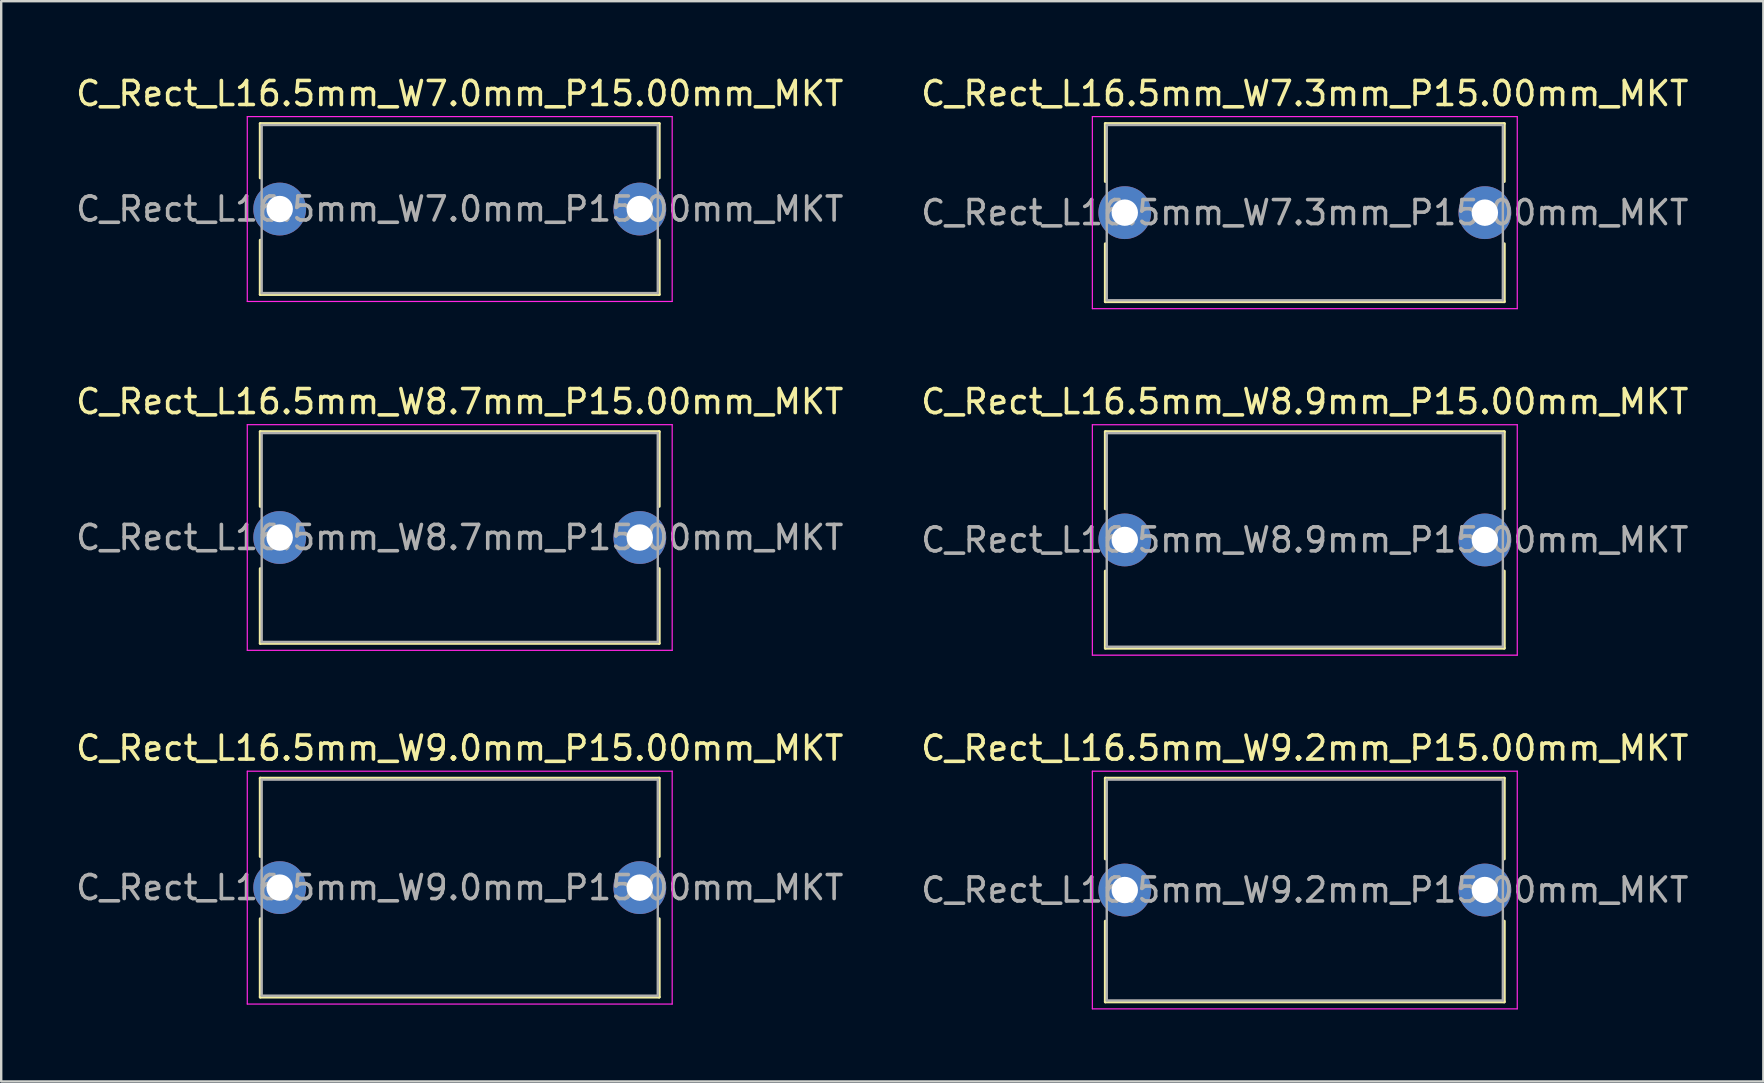
<source format=kicad_pcb>
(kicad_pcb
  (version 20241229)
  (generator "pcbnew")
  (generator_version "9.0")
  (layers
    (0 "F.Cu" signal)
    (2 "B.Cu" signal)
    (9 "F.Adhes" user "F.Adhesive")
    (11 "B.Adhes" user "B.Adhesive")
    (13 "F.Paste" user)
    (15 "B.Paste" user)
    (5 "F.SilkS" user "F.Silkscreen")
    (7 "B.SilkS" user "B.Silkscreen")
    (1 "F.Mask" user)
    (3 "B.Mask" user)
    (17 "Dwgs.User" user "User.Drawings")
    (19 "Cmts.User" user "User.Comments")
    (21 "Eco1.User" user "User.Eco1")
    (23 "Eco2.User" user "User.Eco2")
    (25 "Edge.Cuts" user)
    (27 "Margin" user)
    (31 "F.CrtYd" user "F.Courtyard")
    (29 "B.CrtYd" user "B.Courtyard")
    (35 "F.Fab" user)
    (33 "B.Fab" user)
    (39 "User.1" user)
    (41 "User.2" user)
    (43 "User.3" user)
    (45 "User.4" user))
  (footprint "C_Rect_L16.5mm_W7.0mm_P15.00mm_MKT"
    (layer "F.Cu")
    (at 8.601 5.658)
    (property "Reference" "C_Rect_L16.5mm_W7.0mm_P15.00mm_MKT" (at 7.5 -4.81 0) (layer "F.SilkS") (effects (font (size 1 1) (thickness 0.15))))
    (attr through_hole)
    (fp_line (start -0.81 -3.56) (end -0.81 -1.296) (stroke (width 0.12) (type solid)) (layer "F.SilkS"))
    (fp_line (start -0.81 -3.56) (end 15.81 -3.56) (stroke (width 0.12) (type solid)) (layer "F.SilkS"))
    (fp_line (start -0.81 1.296) (end -0.81 3.56) (stroke (width 0.12) (type solid)) (layer "F.SilkS"))
    (fp_line (start -0.81 3.56) (end 15.81 3.56) (stroke (width 0.12) (type solid)) (layer "F.SilkS"))
    (fp_line (start 15.81 -3.56) (end 15.81 -1.296) (stroke (width 0.12) (type solid)) (layer "F.SilkS"))
    (fp_line (start 15.81 1.296) (end 15.81 3.56) (stroke (width 0.12) (type solid)) (layer "F.SilkS"))
    (fp_line (start -1.35 -3.85) (end -1.35 3.85) (stroke (width 0.05) (type solid)) (layer "F.CrtYd"))
    (fp_line (start -1.35 3.85) (end 16.35 3.85) (stroke (width 0.05) (type solid)) (layer "F.CrtYd"))
    (fp_line (start 16.35 -3.85) (end -1.35 -3.85) (stroke (width 0.05) (type solid)) (layer "F.CrtYd"))
    (fp_line (start 16.35 3.85) (end 16.35 -3.85) (stroke (width 0.05) (type solid)) (layer "F.CrtYd"))
    (fp_line (start -0.75 -3.5) (end -0.75 3.5) (stroke (width 0.1) (type solid)) (layer "F.Fab"))
    (fp_line (start -0.75 3.5) (end 15.75 3.5) (stroke (width 0.1) (type solid)) (layer "F.Fab"))
    (fp_line (start 15.75 -3.5) (end -0.75 -3.5) (stroke (width 0.1) (type solid)) (layer "F.Fab"))
    (fp_line (start 15.75 3.5) (end 15.75 -3.5) (stroke (width 0.1) (type solid)) (layer "F.Fab"))
    (fp_text user "${REFERENCE}" (at 7.5 0 0) (layer "F.Fab") (effects (font (size 1 1) (thickness 0.15))))
    (pad "1" thru_hole circle (at 0 0) (size 2.2 2.2) (drill 1.1) (layers "*.Cu" "*.Mask"))
    (pad "2" thru_hole circle (at 15 0) (size 2.2 2.2) (drill 1.1) (layers "*.Cu" "*.Mask")))
  (footprint "C_Rect_L16.5mm_W9.2mm_P15.00mm_MKT"
    (layer "F.Cu")
    (at 43.804 34.025)
    (property "Reference" "C_Rect_L16.5mm_W9.2mm_P15.00mm_MKT" (at 7.5 -5.91 0) (layer "F.SilkS") (effects (font (size 1 1) (thickness 0.15))))
    (attr through_hole)
    (fp_line (start -0.81 -4.66) (end -0.81 -1.296) (stroke (width 0.12) (type solid)) (layer "F.SilkS"))
    (fp_line (start -0.81 -4.66) (end 15.81 -4.66) (stroke (width 0.12) (type solid)) (layer "F.SilkS"))
    (fp_line (start -0.81 1.296) (end -0.81 4.66) (stroke (width 0.12) (type solid)) (layer "F.SilkS"))
    (fp_line (start -0.81 4.66) (end 15.81 4.66) (stroke (width 0.12) (type solid)) (layer "F.SilkS"))
    (fp_line (start 15.81 -4.66) (end 15.81 -1.296) (stroke (width 0.12) (type solid)) (layer "F.SilkS"))
    (fp_line (start 15.81 1.296) (end 15.81 4.66) (stroke (width 0.12) (type solid)) (layer "F.SilkS"))
    (fp_line (start -1.35 -4.95) (end -1.35 4.95) (stroke (width 0.05) (type solid)) (layer "F.CrtYd"))
    (fp_line (start -1.35 4.95) (end 16.35 4.95) (stroke (width 0.05) (type solid)) (layer "F.CrtYd"))
    (fp_line (start 16.35 -4.95) (end -1.35 -4.95) (stroke (width 0.05) (type solid)) (layer "F.CrtYd"))
    (fp_line (start 16.35 4.95) (end 16.35 -4.95) (stroke (width 0.05) (type solid)) (layer "F.CrtYd"))
    (fp_line (start -0.75 -4.6) (end -0.75 4.6) (stroke (width 0.1) (type solid)) (layer "F.Fab"))
    (fp_line (start -0.75 4.6) (end 15.75 4.6) (stroke (width 0.1) (type solid)) (layer "F.Fab"))
    (fp_line (start 15.75 -4.6) (end -0.75 -4.6) (stroke (width 0.1) (type solid)) (layer "F.Fab"))
    (fp_line (start 15.75 4.6) (end 15.75 -4.6) (stroke (width 0.1) (type solid)) (layer "F.Fab"))
    (fp_text user "${REFERENCE}" (at 7.5 0 0) (layer "F.Fab") (effects (font (size 1 1) (thickness 0.15))))
    (pad "1" thru_hole circle (at 0 0) (size 2.2 2.2) (drill 1.1) (layers "*.Cu" "*.Mask"))
    (pad "2" thru_hole circle (at 15 0) (size 2.2 2.2) (drill 1.1) (layers "*.Cu" "*.Mask")))
  (footprint "C_Rect_L16.5mm_W9.0mm_P15.00mm_MKT"
    (layer "F.Cu")
    (at 8.601 33.925)
    (property "Reference" "C_Rect_L16.5mm_W9.0mm_P15.00mm_MKT" (at 7.5 -5.81 0) (layer "F.SilkS") (effects (font (size 1 1) (thickness 0.15))))
    (attr through_hole)
    (fp_line (start -0.81 -4.56) (end -0.81 -1.296) (stroke (width 0.12) (type solid)) (layer "F.SilkS"))
    (fp_line (start -0.81 -4.56) (end 15.81 -4.56) (stroke (width 0.12) (type solid)) (layer "F.SilkS"))
    (fp_line (start -0.81 1.296) (end -0.81 4.56) (stroke (width 0.12) (type solid)) (layer "F.SilkS"))
    (fp_line (start -0.81 4.56) (end 15.81 4.56) (stroke (width 0.12) (type solid)) (layer "F.SilkS"))
    (fp_line (start 15.81 -4.56) (end 15.81 -1.296) (stroke (width 0.12) (type solid)) (layer "F.SilkS"))
    (fp_line (start 15.81 1.296) (end 15.81 4.56) (stroke (width 0.12) (type solid)) (layer "F.SilkS"))
    (fp_line (start -1.35 -4.85) (end -1.35 4.85) (stroke (width 0.05) (type solid)) (layer "F.CrtYd"))
    (fp_line (start -1.35 4.85) (end 16.35 4.85) (stroke (width 0.05) (type solid)) (layer "F.CrtYd"))
    (fp_line (start 16.35 -4.85) (end -1.35 -4.85) (stroke (width 0.05) (type solid)) (layer "F.CrtYd"))
    (fp_line (start 16.35 4.85) (end 16.35 -4.85) (stroke (width 0.05) (type solid)) (layer "F.CrtYd"))
    (fp_line (start -0.75 -4.5) (end -0.75 4.5) (stroke (width 0.1) (type solid)) (layer "F.Fab"))
    (fp_line (start -0.75 4.5) (end 15.75 4.5) (stroke (width 0.1) (type solid)) (layer "F.Fab"))
    (fp_line (start 15.75 -4.5) (end -0.75 -4.5) (stroke (width 0.1) (type solid)) (layer "F.Fab"))
    (fp_line (start 15.75 4.5) (end 15.75 -4.5) (stroke (width 0.1) (type solid)) (layer "F.Fab"))
    (fp_text user "${REFERENCE}" (at 7.5 0 0) (layer "F.Fab") (effects (font (size 1 1) (thickness 0.15))))
    (pad "1" thru_hole circle (at 0 0) (size 2.2 2.2) (drill 1.1) (layers "*.Cu" "*.Mask"))
    (pad "2" thru_hole circle (at 15 0) (size 2.2 2.2) (drill 1.1) (layers "*.Cu" "*.Mask")))
  (footprint "C_Rect_L16.5mm_W8.9mm_P15.00mm_MKT"
    (layer "F.Cu")
    (at 43.804 19.442)
    (property "Reference" "C_Rect_L16.5mm_W8.9mm_P15.00mm_MKT" (at 7.5 -5.76 0) (layer "F.SilkS") (effects (font (size 1 1) (thickness 0.15))))
    (attr through_hole)
    (fp_line (start -0.81 -4.51) (end -0.81 -1.296) (stroke (width 0.12) (type solid)) (layer "F.SilkS"))
    (fp_line (start -0.81 -4.51) (end 15.81 -4.51) (stroke (width 0.12) (type solid)) (layer "F.SilkS"))
    (fp_line (start -0.81 1.296) (end -0.81 4.51) (stroke (width 0.12) (type solid)) (layer "F.SilkS"))
    (fp_line (start -0.81 4.51) (end 15.81 4.51) (stroke (width 0.12) (type solid)) (layer "F.SilkS"))
    (fp_line (start 15.81 -4.51) (end 15.81 -1.296) (stroke (width 0.12) (type solid)) (layer "F.SilkS"))
    (fp_line (start 15.81 1.296) (end 15.81 4.51) (stroke (width 0.12) (type solid)) (layer "F.SilkS"))
    (fp_line (start -1.35 -4.8) (end -1.35 4.8) (stroke (width 0.05) (type solid)) (layer "F.CrtYd"))
    (fp_line (start -1.35 4.8) (end 16.35 4.8) (stroke (width 0.05) (type solid)) (layer "F.CrtYd"))
    (fp_line (start 16.35 -4.8) (end -1.35 -4.8) (stroke (width 0.05) (type solid)) (layer "F.CrtYd"))
    (fp_line (start 16.35 4.8) (end 16.35 -4.8) (stroke (width 0.05) (type solid)) (layer "F.CrtYd"))
    (fp_line (start -0.75 -4.45) (end -0.75 4.45) (stroke (width 0.1) (type solid)) (layer "F.Fab"))
    (fp_line (start -0.75 4.45) (end 15.75 4.45) (stroke (width 0.1) (type solid)) (layer "F.Fab"))
    (fp_line (start 15.75 -4.45) (end -0.75 -4.45) (stroke (width 0.1) (type solid)) (layer "F.Fab"))
    (fp_line (start 15.75 4.45) (end 15.75 -4.45) (stroke (width 0.1) (type solid)) (layer "F.Fab"))
    (fp_text user "${REFERENCE}" (at 7.5 0 0) (layer "F.Fab") (effects (font (size 1 1) (thickness 0.15))))
    (pad "1" thru_hole circle (at 0 0) (size 2.2 2.2) (drill 1.1) (layers "*.Cu" "*.Mask"))
    (pad "2" thru_hole circle (at 15 0) (size 2.2 2.2) (drill 1.1) (layers "*.Cu" "*.Mask")))
  (footprint "C_Rect_L16.5mm_W7.3mm_P15.00mm_MKT"
    (layer "F.Cu")
    (at 43.804 5.808)
    (property "Reference" "C_Rect_L16.5mm_W7.3mm_P15.00mm_MKT" (at 7.5 -4.96 0) (layer "F.SilkS") (effects (font (size 1 1) (thickness 0.15))))
    (attr through_hole)
    (fp_line (start -0.81 -3.71) (end -0.81 -1.296) (stroke (width 0.12) (type solid)) (layer "F.SilkS"))
    (fp_line (start -0.81 -3.71) (end 15.81 -3.71) (stroke (width 0.12) (type solid)) (layer "F.SilkS"))
    (fp_line (start -0.81 1.296) (end -0.81 3.71) (stroke (width 0.12) (type solid)) (layer "F.SilkS"))
    (fp_line (start -0.81 3.71) (end 15.81 3.71) (stroke (width 0.12) (type solid)) (layer "F.SilkS"))
    (fp_line (start 15.81 -3.71) (end 15.81 -1.296) (stroke (width 0.12) (type solid)) (layer "F.SilkS"))
    (fp_line (start 15.81 1.296) (end 15.81 3.71) (stroke (width 0.12) (type solid)) (layer "F.SilkS"))
    (fp_line (start -1.35 -4) (end -1.35 4) (stroke (width 0.05) (type solid)) (layer "F.CrtYd"))
    (fp_line (start -1.35 4) (end 16.35 4) (stroke (width 0.05) (type solid)) (layer "F.CrtYd"))
    (fp_line (start 16.35 -4) (end -1.35 -4) (stroke (width 0.05) (type solid)) (layer "F.CrtYd"))
    (fp_line (start 16.35 4) (end 16.35 -4) (stroke (width 0.05) (type solid)) (layer "F.CrtYd"))
    (fp_line (start -0.75 -3.65) (end -0.75 3.65) (stroke (width 0.1) (type solid)) (layer "F.Fab"))
    (fp_line (start -0.75 3.65) (end 15.75 3.65) (stroke (width 0.1) (type solid)) (layer "F.Fab"))
    (fp_line (start 15.75 -3.65) (end -0.75 -3.65) (stroke (width 0.1) (type solid)) (layer "F.Fab"))
    (fp_line (start 15.75 3.65) (end 15.75 -3.65) (stroke (width 0.1) (type solid)) (layer "F.Fab"))
    (fp_text user "${REFERENCE}" (at 7.5 0 0) (layer "F.Fab") (effects (font (size 1 1) (thickness 0.15))))
    (pad "1" thru_hole circle (at 0 0) (size 2.2 2.2) (drill 1.1) (layers "*.Cu" "*.Mask"))
    (pad "2" thru_hole circle (at 15 0) (size 2.2 2.2) (drill 1.1) (layers "*.Cu" "*.Mask")))
  (footprint "C_Rect_L16.5mm_W8.7mm_P15.00mm_MKT"
    (layer "F.Cu")
    (at 8.601 19.341)
    (property "Reference" "C_Rect_L16.5mm_W8.7mm_P15.00mm_MKT" (at 7.5 -5.66 0) (layer "F.SilkS") (effects (font (size 1 1) (thickness 0.15))))
    (attr through_hole)
    (fp_line (start -0.81 -4.41) (end -0.81 -1.296) (stroke (width 0.12) (type solid)) (layer "F.SilkS"))
    (fp_line (start -0.81 -4.41) (end 15.81 -4.41) (stroke (width 0.12) (type solid)) (layer "F.SilkS"))
    (fp_line (start -0.81 1.296) (end -0.81 4.41) (stroke (width 0.12) (type solid)) (layer "F.SilkS"))
    (fp_line (start -0.81 4.41) (end 15.81 4.41) (stroke (width 0.12) (type solid)) (layer "F.SilkS"))
    (fp_line (start 15.81 -4.41) (end 15.81 -1.296) (stroke (width 0.12) (type solid)) (layer "F.SilkS"))
    (fp_line (start 15.81 1.296) (end 15.81 4.41) (stroke (width 0.12) (type solid)) (layer "F.SilkS"))
    (fp_line (start -1.35 -4.7) (end -1.35 4.7) (stroke (width 0.05) (type solid)) (layer "F.CrtYd"))
    (fp_line (start -1.35 4.7) (end 16.35 4.7) (stroke (width 0.05) (type solid)) (layer "F.CrtYd"))
    (fp_line (start 16.35 -4.7) (end -1.35 -4.7) (stroke (width 0.05) (type solid)) (layer "F.CrtYd"))
    (fp_line (start 16.35 4.7) (end 16.35 -4.7) (stroke (width 0.05) (type solid)) (layer "F.CrtYd"))
    (fp_line (start -0.75 -4.35) (end -0.75 4.35) (stroke (width 0.1) (type solid)) (layer "F.Fab"))
    (fp_line (start -0.75 4.35) (end 15.75 4.35) (stroke (width 0.1) (type solid)) (layer "F.Fab"))
    (fp_line (start 15.75 -4.35) (end -0.75 -4.35) (stroke (width 0.1) (type solid)) (layer "F.Fab"))
    (fp_line (start 15.75 4.35) (end 15.75 -4.35) (stroke (width 0.1) (type solid)) (layer "F.Fab"))
    (fp_text user "${REFERENCE}" (at 7.5 0 0) (layer "F.Fab") (effects (font (size 1 1) (thickness 0.15))))
    (pad "1" thru_hole circle (at 0 0) (size 2.2 2.2) (drill 1.1) (layers "*.Cu" "*.Mask"))
    (pad "2" thru_hole circle (at 15 0) (size 2.2 2.2) (drill 1.1) (layers "*.Cu" "*.Mask")))
  (gr_rect
    (start -3 -3)
    (end 70.405 42)
    (stroke (width 0.1) (type default))
    (fill no)
    (layer "Edge.Cuts")))
</source>
